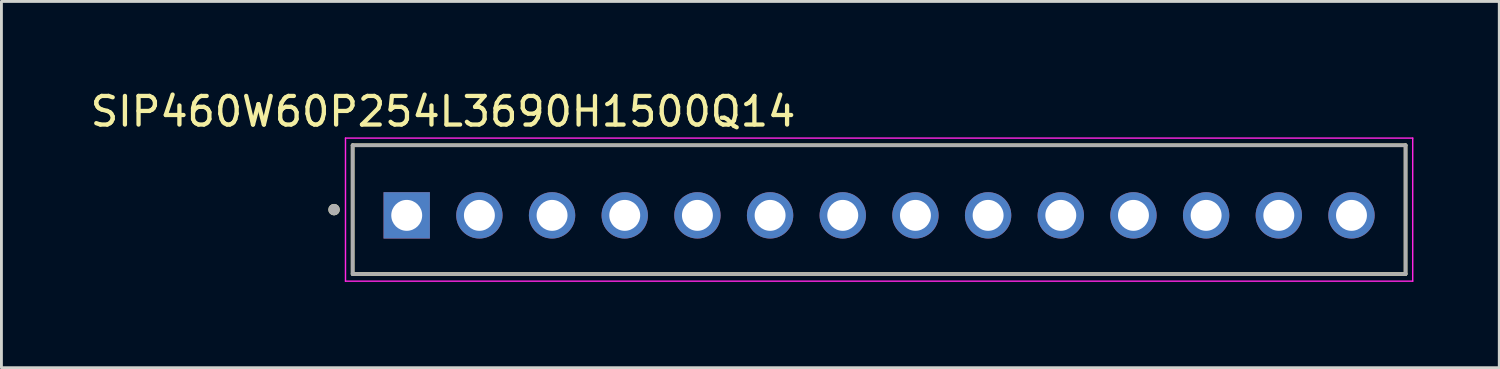
<source format=kicad_pcb>
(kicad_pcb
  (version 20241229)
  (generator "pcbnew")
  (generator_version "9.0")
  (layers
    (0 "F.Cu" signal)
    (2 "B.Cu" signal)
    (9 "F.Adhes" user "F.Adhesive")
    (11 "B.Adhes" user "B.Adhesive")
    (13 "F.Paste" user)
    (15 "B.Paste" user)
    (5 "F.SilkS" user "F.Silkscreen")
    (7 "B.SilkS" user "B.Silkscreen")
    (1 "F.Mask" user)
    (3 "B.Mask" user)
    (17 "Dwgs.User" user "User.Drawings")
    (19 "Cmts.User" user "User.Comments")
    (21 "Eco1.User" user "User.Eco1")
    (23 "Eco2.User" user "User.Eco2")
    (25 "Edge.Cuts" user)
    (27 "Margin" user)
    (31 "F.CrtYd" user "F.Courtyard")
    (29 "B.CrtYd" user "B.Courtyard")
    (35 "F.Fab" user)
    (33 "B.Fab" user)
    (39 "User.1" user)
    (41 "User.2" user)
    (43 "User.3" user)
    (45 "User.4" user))
  (footprint "SIP460W60P254L3690H1500Q14"
    (layer "F.Cu")
    (at 27.675 4.277)
    (property "Reference" "SIP460W60P254L3690H1500Q14" (at -15.24 -3.429 0) (layer "F.SilkS") (effects (font (size 1 1) (thickness 0.15))))
    (attr through_hole)
    (fp_line (start -18.4 -2.25) (end -18.4 2.25) (stroke (width 0.127) (type solid)) (layer "F.SilkS"))
    (fp_line (start -18.4 2.25) (end 18.4 2.25) (stroke (width 0.127) (type solid)) (layer "F.SilkS"))
    (fp_line (start 18.4 -2.25) (end -18.4 -2.25) (stroke (width 0.127) (type solid)) (layer "F.SilkS"))
    (fp_line (start 18.4 2.25) (end 18.4 -2.25) (stroke (width 0.127) (type solid)) (layer "F.SilkS"))
    (fp_circle (center -19.05 0) (end -18.95 0) (stroke (width 0.2) (type solid)) (fill no) (layer "F.SilkS"))
    (fp_line (start -18.65 -2.5) (end -18.65 2.5) (stroke (width 0.05) (type solid)) (layer "F.CrtYd"))
    (fp_line (start -18.65 2.5) (end 18.65 2.5) (stroke (width 0.05) (type solid)) (layer "F.CrtYd"))
    (fp_line (start 18.65 -2.5) (end -18.65 -2.5) (stroke (width 0.05) (type solid)) (layer "F.CrtYd"))
    (fp_line (start 18.65 2.5) (end 18.65 -2.5) (stroke (width 0.05) (type solid)) (layer "F.CrtYd"))
    (fp_line (start -18.4 -2.25) (end -18.4 2.25) (stroke (width 0.127) (type solid)) (layer "F.Fab"))
    (fp_line (start -18.4 2.25) (end 18.4 2.25) (stroke (width 0.127) (type solid)) (layer "F.Fab"))
    (fp_line (start 18.4 -2.25) (end -18.4 -2.25) (stroke (width 0.127) (type solid)) (layer "F.Fab"))
    (fp_line (start 18.4 2.25) (end 18.4 -2.25) (stroke (width 0.127) (type solid)) (layer "F.Fab"))
    (fp_circle (center -19.05 0) (end -18.95 0) (stroke (width 0.2) (type solid)) (fill no) (layer "F.Fab"))
    (pad "1" thru_hole rect (at -16.51 0.2) (size 1.62 1.62) (drill 1.08) (layers "*.Cu" "*.Mask"))
    (pad "2" thru_hole circle (at -13.97 0.2) (size 1.62 1.62) (drill 1.08) (layers "*.Cu" "*.Mask"))
    (pad "3" thru_hole circle (at -11.43 0.2) (size 1.62 1.62) (drill 1.08) (layers "*.Cu" "*.Mask"))
    (pad "4" thru_hole circle (at -8.89 0.2) (size 1.62 1.62) (drill 1.08) (layers "*.Cu" "*.Mask"))
    (pad "5" thru_hole circle (at -6.35 0.2) (size 1.62 1.62) (drill 1.08) (layers "*.Cu" "*.Mask"))
    (pad "6" thru_hole circle (at -3.81 0.2) (size 1.62 1.62) (drill 1.08) (layers "*.Cu" "*.Mask"))
    (pad "7" thru_hole circle (at -1.27 0.2) (size 1.62 1.62) (drill 1.08) (layers "*.Cu" "*.Mask"))
    (pad "8" thru_hole circle (at 1.27 0.2) (size 1.62 1.62) (drill 1.08) (layers "*.Cu" "*.Mask"))
    (pad "9" thru_hole circle (at 3.81 0.2) (size 1.62 1.62) (drill 1.08) (layers "*.Cu" "*.Mask"))
    (pad "10" thru_hole circle (at 6.35 0.2) (size 1.62 1.62) (drill 1.08) (layers "*.Cu" "*.Mask"))
    (pad "11" thru_hole circle (at 8.89 0.2) (size 1.62 1.62) (drill 1.08) (layers "*.Cu" "*.Mask"))
    (pad "12" thru_hole circle (at 11.43 0.2) (size 1.62 1.62) (drill 1.08) (layers "*.Cu" "*.Mask"))
    (pad "13" thru_hole circle (at 13.97 0.2) (size 1.62 1.62) (drill 1.08) (layers "*.Cu" "*.Mask"))
    (pad "14" thru_hole circle (at 16.51 0.2) (size 1.62 1.62) (drill 1.08) (layers "*.Cu" "*.Mask")))
  (gr_rect
    (start -3 -3)
    (end 49.35 9.802)
    (stroke (width 0.1) (type default))
    (fill no)
    (layer "Edge.Cuts")))
</source>
